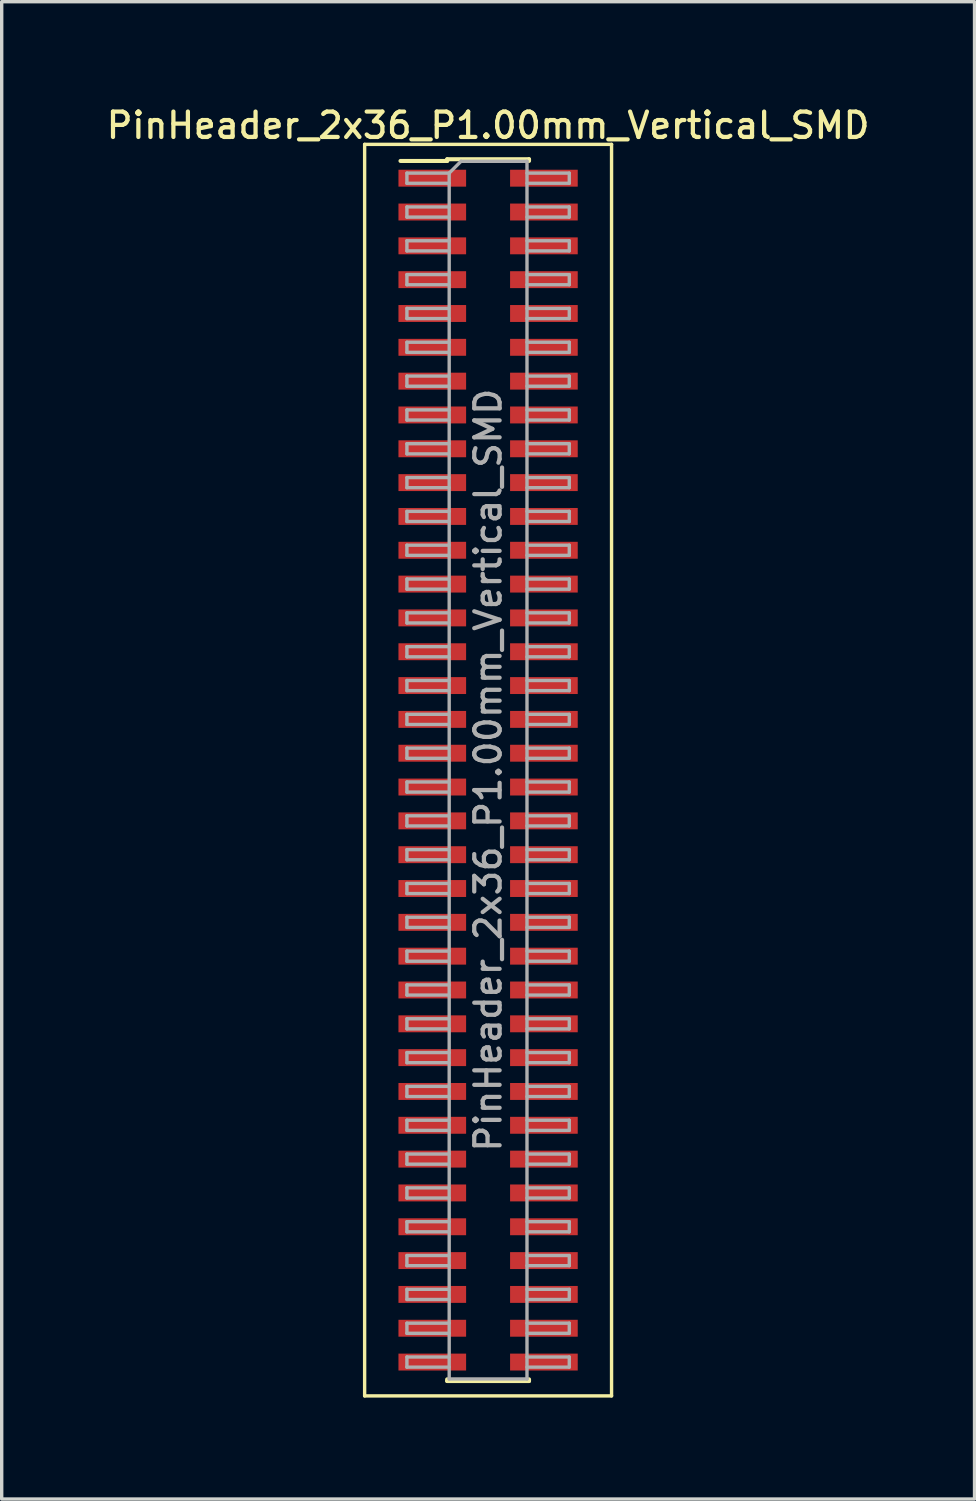
<source format=kicad_pcb>
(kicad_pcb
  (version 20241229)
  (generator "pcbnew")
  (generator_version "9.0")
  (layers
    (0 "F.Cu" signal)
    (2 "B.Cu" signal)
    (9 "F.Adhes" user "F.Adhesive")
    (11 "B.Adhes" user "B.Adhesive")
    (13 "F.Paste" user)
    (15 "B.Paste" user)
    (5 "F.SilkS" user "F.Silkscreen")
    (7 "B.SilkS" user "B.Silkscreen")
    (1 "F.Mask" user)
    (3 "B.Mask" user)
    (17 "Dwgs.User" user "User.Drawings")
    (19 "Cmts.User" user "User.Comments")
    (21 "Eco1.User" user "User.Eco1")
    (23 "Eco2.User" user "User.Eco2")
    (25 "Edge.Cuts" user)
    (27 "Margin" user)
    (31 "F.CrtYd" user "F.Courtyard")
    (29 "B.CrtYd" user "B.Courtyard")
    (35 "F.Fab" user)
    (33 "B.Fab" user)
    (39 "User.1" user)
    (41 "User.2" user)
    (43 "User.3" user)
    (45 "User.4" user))
  (footprint "PinHeader_2x36_P1.00mm_Vertical_SMD"
    (layer "F.Cu")
    (at 11.38 19.718)
    (property "Reference" "PinHeader_2x36_P1.00mm_Vertical_SMD" (at 0 -19.06 0) (layer "F.SilkS") (effects (font (size 0.75 0.75) (thickness 0.125))))
    (attr smd)
    (fp_line (start -3.65 -18.5) (end -3.65 18.5) (stroke (width 0.1) (type solid)) (layer "F.SilkS"))
    (fp_line (start -3.65 18.5) (end 3.65 18.5) (stroke (width 0.1) (type solid)) (layer "F.SilkS"))
    (fp_line (start -2.59 -18.01) (end -1.21 -18.01) (stroke (width 0.12) (type solid)) (layer "F.SilkS"))
    (fp_line (start -1.21 -18.06) (end -1.21 -18.01) (stroke (width 0.12) (type solid)) (layer "F.SilkS"))
    (fp_line (start -1.21 -18.06) (end 1.21 -18.06) (stroke (width 0.12) (type solid)) (layer "F.SilkS"))
    (fp_line (start -1.21 18.01) (end -1.21 18.06) (stroke (width 0.12) (type solid)) (layer "F.SilkS"))
    (fp_line (start -1.21 18.06) (end 1.21 18.06) (stroke (width 0.12) (type solid)) (layer "F.SilkS"))
    (fp_line (start 1.21 -18.06) (end 1.21 -18.01) (stroke (width 0.12) (type solid)) (layer "F.SilkS"))
    (fp_line (start 1.21 18.01) (end 1.21 18.06) (stroke (width 0.12) (type solid)) (layer "F.SilkS"))
    (fp_line (start 3.65 -18.5) (end -3.65 -18.5) (stroke (width 0.1) (type solid)) (layer "F.SilkS"))
    (fp_line (start 3.65 18.5) (end 3.65 -18.5) (stroke (width 0.1) (type solid)) (layer "F.SilkS"))
    (fp_line (start -2.4 -17.65) (end -2.4 -17.35) (stroke (width 0.1) (type solid)) (layer "F.Fab"))
    (fp_line (start -2.4 -17.35) (end -1.15 -17.35) (stroke (width 0.1) (type solid)) (layer "F.Fab"))
    (fp_line (start -2.4 -16.65) (end -2.4 -16.35) (stroke (width 0.1) (type solid)) (layer "F.Fab"))
    (fp_line (start -2.4 -16.35) (end -1.15 -16.35) (stroke (width 0.1) (type solid)) (layer "F.Fab"))
    (fp_line (start -2.4 -15.65) (end -2.4 -15.35) (stroke (width 0.1) (type solid)) (layer "F.Fab"))
    (fp_line (start -2.4 -15.35) (end -1.15 -15.35) (stroke (width 0.1) (type solid)) (layer "F.Fab"))
    (fp_line (start -2.4 -14.65) (end -2.4 -14.35) (stroke (width 0.1) (type solid)) (layer "F.Fab"))
    (fp_line (start -2.4 -14.35) (end -1.15 -14.35) (stroke (width 0.1) (type solid)) (layer "F.Fab"))
    (fp_line (start -2.4 -13.65) (end -2.4 -13.35) (stroke (width 0.1) (type solid)) (layer "F.Fab"))
    (fp_line (start -2.4 -13.35) (end -1.15 -13.35) (stroke (width 0.1) (type solid)) (layer "F.Fab"))
    (fp_line (start -2.4 -12.65) (end -2.4 -12.35) (stroke (width 0.1) (type solid)) (layer "F.Fab"))
    (fp_line (start -2.4 -12.35) (end -1.15 -12.35) (stroke (width 0.1) (type solid)) (layer "F.Fab"))
    (fp_line (start -2.4 -11.65) (end -2.4 -11.35) (stroke (width 0.1) (type solid)) (layer "F.Fab"))
    (fp_line (start -2.4 -11.35) (end -1.15 -11.35) (stroke (width 0.1) (type solid)) (layer "F.Fab"))
    (fp_line (start -2.4 -10.65) (end -2.4 -10.35) (stroke (width 0.1) (type solid)) (layer "F.Fab"))
    (fp_line (start -2.4 -10.35) (end -1.15 -10.35) (stroke (width 0.1) (type solid)) (layer "F.Fab"))
    (fp_line (start -2.4 -9.65) (end -2.4 -9.35) (stroke (width 0.1) (type solid)) (layer "F.Fab"))
    (fp_line (start -2.4 -9.35) (end -1.15 -9.35) (stroke (width 0.1) (type solid)) (layer "F.Fab"))
    (fp_line (start -2.4 -8.65) (end -2.4 -8.35) (stroke (width 0.1) (type solid)) (layer "F.Fab"))
    (fp_line (start -2.4 -8.35) (end -1.15 -8.35) (stroke (width 0.1) (type solid)) (layer "F.Fab"))
    (fp_line (start -2.4 -7.65) (end -2.4 -7.35) (stroke (width 0.1) (type solid)) (layer "F.Fab"))
    (fp_line (start -2.4 -7.35) (end -1.15 -7.35) (stroke (width 0.1) (type solid)) (layer "F.Fab"))
    (fp_line (start -2.4 -6.65) (end -2.4 -6.35) (stroke (width 0.1) (type solid)) (layer "F.Fab"))
    (fp_line (start -2.4 -6.35) (end -1.15 -6.35) (stroke (width 0.1) (type solid)) (layer "F.Fab"))
    (fp_line (start -2.4 -5.65) (end -2.4 -5.35) (stroke (width 0.1) (type solid)) (layer "F.Fab"))
    (fp_line (start -2.4 -5.35) (end -1.15 -5.35) (stroke (width 0.1) (type solid)) (layer "F.Fab"))
    (fp_line (start -2.4 -4.65) (end -2.4 -4.35) (stroke (width 0.1) (type solid)) (layer "F.Fab"))
    (fp_line (start -2.4 -4.35) (end -1.15 -4.35) (stroke (width 0.1) (type solid)) (layer "F.Fab"))
    (fp_line (start -2.4 -3.65) (end -2.4 -3.35) (stroke (width 0.1) (type solid)) (layer "F.Fab"))
    (fp_line (start -2.4 -3.35) (end -1.15 -3.35) (stroke (width 0.1) (type solid)) (layer "F.Fab"))
    (fp_line (start -2.4 -2.65) (end -2.4 -2.35) (stroke (width 0.1) (type solid)) (layer "F.Fab"))
    (fp_line (start -2.4 -2.35) (end -1.15 -2.35) (stroke (width 0.1) (type solid)) (layer "F.Fab"))
    (fp_line (start -2.4 -1.65) (end -2.4 -1.35) (stroke (width 0.1) (type solid)) (layer "F.Fab"))
    (fp_line (start -2.4 -1.35) (end -1.15 -1.35) (stroke (width 0.1) (type solid)) (layer "F.Fab"))
    (fp_line (start -2.4 -0.65) (end -2.4 -0.35) (stroke (width 0.1) (type solid)) (layer "F.Fab"))
    (fp_line (start -2.4 -0.35) (end -1.15 -0.35) (stroke (width 0.1) (type solid)) (layer "F.Fab"))
    (fp_line (start -2.4 0.35) (end -2.4 0.65) (stroke (width 0.1) (type solid)) (layer "F.Fab"))
    (fp_line (start -2.4 0.65) (end -1.15 0.65) (stroke (width 0.1) (type solid)) (layer "F.Fab"))
    (fp_line (start -2.4 1.35) (end -2.4 1.65) (stroke (width 0.1) (type solid)) (layer "F.Fab"))
    (fp_line (start -2.4 1.65) (end -1.15 1.65) (stroke (width 0.1) (type solid)) (layer "F.Fab"))
    (fp_line (start -2.4 2.35) (end -2.4 2.65) (stroke (width 0.1) (type solid)) (layer "F.Fab"))
    (fp_line (start -2.4 2.65) (end -1.15 2.65) (stroke (width 0.1) (type solid)) (layer "F.Fab"))
    (fp_line (start -2.4 3.35) (end -2.4 3.65) (stroke (width 0.1) (type solid)) (layer "F.Fab"))
    (fp_line (start -2.4 3.65) (end -1.15 3.65) (stroke (width 0.1) (type solid)) (layer "F.Fab"))
    (fp_line (start -2.4 4.35) (end -2.4 4.65) (stroke (width 0.1) (type solid)) (layer "F.Fab"))
    (fp_line (start -2.4 4.65) (end -1.15 4.65) (stroke (width 0.1) (type solid)) (layer "F.Fab"))
    (fp_line (start -2.4 5.35) (end -2.4 5.65) (stroke (width 0.1) (type solid)) (layer "F.Fab"))
    (fp_line (start -2.4 5.65) (end -1.15 5.65) (stroke (width 0.1) (type solid)) (layer "F.Fab"))
    (fp_line (start -2.4 6.35) (end -2.4 6.65) (stroke (width 0.1) (type solid)) (layer "F.Fab"))
    (fp_line (start -2.4 6.65) (end -1.15 6.65) (stroke (width 0.1) (type solid)) (layer "F.Fab"))
    (fp_line (start -2.4 7.35) (end -2.4 7.65) (stroke (width 0.1) (type solid)) (layer "F.Fab"))
    (fp_line (start -2.4 7.65) (end -1.15 7.65) (stroke (width 0.1) (type solid)) (layer "F.Fab"))
    (fp_line (start -2.4 8.35) (end -2.4 8.65) (stroke (width 0.1) (type solid)) (layer "F.Fab"))
    (fp_line (start -2.4 8.65) (end -1.15 8.65) (stroke (width 0.1) (type solid)) (layer "F.Fab"))
    (fp_line (start -2.4 9.35) (end -2.4 9.65) (stroke (width 0.1) (type solid)) (layer "F.Fab"))
    (fp_line (start -2.4 9.65) (end -1.15 9.65) (stroke (width 0.1) (type solid)) (layer "F.Fab"))
    (fp_line (start -2.4 10.35) (end -2.4 10.65) (stroke (width 0.1) (type solid)) (layer "F.Fab"))
    (fp_line (start -2.4 10.65) (end -1.15 10.65) (stroke (width 0.1) (type solid)) (layer "F.Fab"))
    (fp_line (start -2.4 11.35) (end -2.4 11.65) (stroke (width 0.1) (type solid)) (layer "F.Fab"))
    (fp_line (start -2.4 11.65) (end -1.15 11.65) (stroke (width 0.1) (type solid)) (layer "F.Fab"))
    (fp_line (start -2.4 12.35) (end -2.4 12.65) (stroke (width 0.1) (type solid)) (layer "F.Fab"))
    (fp_line (start -2.4 12.65) (end -1.15 12.65) (stroke (width 0.1) (type solid)) (layer "F.Fab"))
    (fp_line (start -2.4 13.35) (end -2.4 13.65) (stroke (width 0.1) (type solid)) (layer "F.Fab"))
    (fp_line (start -2.4 13.65) (end -1.15 13.65) (stroke (width 0.1) (type solid)) (layer "F.Fab"))
    (fp_line (start -2.4 14.35) (end -2.4 14.65) (stroke (width 0.1) (type solid)) (layer "F.Fab"))
    (fp_line (start -2.4 14.65) (end -1.15 14.65) (stroke (width 0.1) (type solid)) (layer "F.Fab"))
    (fp_line (start -2.4 15.35) (end -2.4 15.65) (stroke (width 0.1) (type solid)) (layer "F.Fab"))
    (fp_line (start -2.4 15.65) (end -1.15 15.65) (stroke (width 0.1) (type solid)) (layer "F.Fab"))
    (fp_line (start -2.4 16.35) (end -2.4 16.65) (stroke (width 0.1) (type solid)) (layer "F.Fab"))
    (fp_line (start -2.4 16.65) (end -1.15 16.65) (stroke (width 0.1) (type solid)) (layer "F.Fab"))
    (fp_line (start -2.4 17.35) (end -2.4 17.65) (stroke (width 0.1) (type solid)) (layer "F.Fab"))
    (fp_line (start -2.4 17.65) (end -1.15 17.65) (stroke (width 0.1) (type solid)) (layer "F.Fab"))
    (fp_line (start -1.15 -17.65) (end -2.4 -17.65) (stroke (width 0.1) (type solid)) (layer "F.Fab"))
    (fp_line (start -1.15 -17.65) (end -0.8 -18) (stroke (width 0.1) (type solid)) (layer "F.Fab"))
    (fp_line (start -1.15 -16.65) (end -2.4 -16.65) (stroke (width 0.1) (type solid)) (layer "F.Fab"))
    (fp_line (start -1.15 -15.65) (end -2.4 -15.65) (stroke (width 0.1) (type solid)) (layer "F.Fab"))
    (fp_line (start -1.15 -14.65) (end -2.4 -14.65) (stroke (width 0.1) (type solid)) (layer "F.Fab"))
    (fp_line (start -1.15 -13.65) (end -2.4 -13.65) (stroke (width 0.1) (type solid)) (layer "F.Fab"))
    (fp_line (start -1.15 -12.65) (end -2.4 -12.65) (stroke (width 0.1) (type solid)) (layer "F.Fab"))
    (fp_line (start -1.15 -11.65) (end -2.4 -11.65) (stroke (width 0.1) (type solid)) (layer "F.Fab"))
    (fp_line (start -1.15 -10.65) (end -2.4 -10.65) (stroke (width 0.1) (type solid)) (layer "F.Fab"))
    (fp_line (start -1.15 -9.65) (end -2.4 -9.65) (stroke (width 0.1) (type solid)) (layer "F.Fab"))
    (fp_line (start -1.15 -8.65) (end -2.4 -8.65) (stroke (width 0.1) (type solid)) (layer "F.Fab"))
    (fp_line (start -1.15 -7.65) (end -2.4 -7.65) (stroke (width 0.1) (type solid)) (layer "F.Fab"))
    (fp_line (start -1.15 -6.65) (end -2.4 -6.65) (stroke (width 0.1) (type solid)) (layer "F.Fab"))
    (fp_line (start -1.15 -5.65) (end -2.4 -5.65) (stroke (width 0.1) (type solid)) (layer "F.Fab"))
    (fp_line (start -1.15 -4.65) (end -2.4 -4.65) (stroke (width 0.1) (type solid)) (layer "F.Fab"))
    (fp_line (start -1.15 -3.65) (end -2.4 -3.65) (stroke (width 0.1) (type solid)) (layer "F.Fab"))
    (fp_line (start -1.15 -2.65) (end -2.4 -2.65) (stroke (width 0.1) (type solid)) (layer "F.Fab"))
    (fp_line (start -1.15 -1.65) (end -2.4 -1.65) (stroke (width 0.1) (type solid)) (layer "F.Fab"))
    (fp_line (start -1.15 -0.65) (end -2.4 -0.65) (stroke (width 0.1) (type solid)) (layer "F.Fab"))
    (fp_line (start -1.15 0.35) (end -2.4 0.35) (stroke (width 0.1) (type solid)) (layer "F.Fab"))
    (fp_line (start -1.15 1.35) (end -2.4 1.35) (stroke (width 0.1) (type solid)) (layer "F.Fab"))
    (fp_line (start -1.15 2.35) (end -2.4 2.35) (stroke (width 0.1) (type solid)) (layer "F.Fab"))
    (fp_line (start -1.15 3.35) (end -2.4 3.35) (stroke (width 0.1) (type solid)) (layer "F.Fab"))
    (fp_line (start -1.15 4.35) (end -2.4 4.35) (stroke (width 0.1) (type solid)) (layer "F.Fab"))
    (fp_line (start -1.15 5.35) (end -2.4 5.35) (stroke (width 0.1) (type solid)) (layer "F.Fab"))
    (fp_line (start -1.15 6.35) (end -2.4 6.35) (stroke (width 0.1) (type solid)) (layer "F.Fab"))
    (fp_line (start -1.15 7.35) (end -2.4 7.35) (stroke (width 0.1) (type solid)) (layer "F.Fab"))
    (fp_line (start -1.15 8.35) (end -2.4 8.35) (stroke (width 0.1) (type solid)) (layer "F.Fab"))
    (fp_line (start -1.15 9.35) (end -2.4 9.35) (stroke (width 0.1) (type solid)) (layer "F.Fab"))
    (fp_line (start -1.15 10.35) (end -2.4 10.35) (stroke (width 0.1) (type solid)) (layer "F.Fab"))
    (fp_line (start -1.15 11.35) (end -2.4 11.35) (stroke (width 0.1) (type solid)) (layer "F.Fab"))
    (fp_line (start -1.15 12.35) (end -2.4 12.35) (stroke (width 0.1) (type solid)) (layer "F.Fab"))
    (fp_line (start -1.15 13.35) (end -2.4 13.35) (stroke (width 0.1) (type solid)) (layer "F.Fab"))
    (fp_line (start -1.15 14.35) (end -2.4 14.35) (stroke (width 0.1) (type solid)) (layer "F.Fab"))
    (fp_line (start -1.15 15.35) (end -2.4 15.35) (stroke (width 0.1) (type solid)) (layer "F.Fab"))
    (fp_line (start -1.15 16.35) (end -2.4 16.35) (stroke (width 0.1) (type solid)) (layer "F.Fab"))
    (fp_line (start -1.15 17.35) (end -2.4 17.35) (stroke (width 0.1) (type solid)) (layer "F.Fab"))
    (fp_line (start -1.15 18) (end -1.15 -17.65) (stroke (width 0.1) (type solid)) (layer "F.Fab"))
    (fp_line (start -0.8 -18) (end 1.15 -18) (stroke (width 0.1) (type solid)) (layer "F.Fab"))
    (fp_line (start 1.15 -18) (end 1.15 18) (stroke (width 0.1) (type solid)) (layer "F.Fab"))
    (fp_line (start 1.15 -17.65) (end 2.4 -17.65) (stroke (width 0.1) (type solid)) (layer "F.Fab"))
    (fp_line (start 1.15 -16.65) (end 2.4 -16.65) (stroke (width 0.1) (type solid)) (layer "F.Fab"))
    (fp_line (start 1.15 -15.65) (end 2.4 -15.65) (stroke (width 0.1) (type solid)) (layer "F.Fab"))
    (fp_line (start 1.15 -14.65) (end 2.4 -14.65) (stroke (width 0.1) (type solid)) (layer "F.Fab"))
    (fp_line (start 1.15 -13.65) (end 2.4 -13.65) (stroke (width 0.1) (type solid)) (layer "F.Fab"))
    (fp_line (start 1.15 -12.65) (end 2.4 -12.65) (stroke (width 0.1) (type solid)) (layer "F.Fab"))
    (fp_line (start 1.15 -11.65) (end 2.4 -11.65) (stroke (width 0.1) (type solid)) (layer "F.Fab"))
    (fp_line (start 1.15 -10.65) (end 2.4 -10.65) (stroke (width 0.1) (type solid)) (layer "F.Fab"))
    (fp_line (start 1.15 -9.65) (end 2.4 -9.65) (stroke (width 0.1) (type solid)) (layer "F.Fab"))
    (fp_line (start 1.15 -8.65) (end 2.4 -8.65) (stroke (width 0.1) (type solid)) (layer "F.Fab"))
    (fp_line (start 1.15 -7.65) (end 2.4 -7.65) (stroke (width 0.1) (type solid)) (layer "F.Fab"))
    (fp_line (start 1.15 -6.65) (end 2.4 -6.65) (stroke (width 0.1) (type solid)) (layer "F.Fab"))
    (fp_line (start 1.15 -5.65) (end 2.4 -5.65) (stroke (width 0.1) (type solid)) (layer "F.Fab"))
    (fp_line (start 1.15 -4.65) (end 2.4 -4.65) (stroke (width 0.1) (type solid)) (layer "F.Fab"))
    (fp_line (start 1.15 -3.65) (end 2.4 -3.65) (stroke (width 0.1) (type solid)) (layer "F.Fab"))
    (fp_line (start 1.15 -2.65) (end 2.4 -2.65) (stroke (width 0.1) (type solid)) (layer "F.Fab"))
    (fp_line (start 1.15 -1.65) (end 2.4 -1.65) (stroke (width 0.1) (type solid)) (layer "F.Fab"))
    (fp_line (start 1.15 -0.65) (end 2.4 -0.65) (stroke (width 0.1) (type solid)) (layer "F.Fab"))
    (fp_line (start 1.15 0.35) (end 2.4 0.35) (stroke (width 0.1) (type solid)) (layer "F.Fab"))
    (fp_line (start 1.15 1.35) (end 2.4 1.35) (stroke (width 0.1) (type solid)) (layer "F.Fab"))
    (fp_line (start 1.15 2.35) (end 2.4 2.35) (stroke (width 0.1) (type solid)) (layer "F.Fab"))
    (fp_line (start 1.15 3.35) (end 2.4 3.35) (stroke (width 0.1) (type solid)) (layer "F.Fab"))
    (fp_line (start 1.15 4.35) (end 2.4 4.35) (stroke (width 0.1) (type solid)) (layer "F.Fab"))
    (fp_line (start 1.15 5.35) (end 2.4 5.35) (stroke (width 0.1) (type solid)) (layer "F.Fab"))
    (fp_line (start 1.15 6.35) (end 2.4 6.35) (stroke (width 0.1) (type solid)) (layer "F.Fab"))
    (fp_line (start 1.15 7.35) (end 2.4 7.35) (stroke (width 0.1) (type solid)) (layer "F.Fab"))
    (fp_line (start 1.15 8.35) (end 2.4 8.35) (stroke (width 0.1) (type solid)) (layer "F.Fab"))
    (fp_line (start 1.15 9.35) (end 2.4 9.35) (stroke (width 0.1) (type solid)) (layer "F.Fab"))
    (fp_line (start 1.15 10.35) (end 2.4 10.35) (stroke (width 0.1) (type solid)) (layer "F.Fab"))
    (fp_line (start 1.15 11.35) (end 2.4 11.35) (stroke (width 0.1) (type solid)) (layer "F.Fab"))
    (fp_line (start 1.15 12.35) (end 2.4 12.35) (stroke (width 0.1) (type solid)) (layer "F.Fab"))
    (fp_line (start 1.15 13.35) (end 2.4 13.35) (stroke (width 0.1) (type solid)) (layer "F.Fab"))
    (fp_line (start 1.15 14.35) (end 2.4 14.35) (stroke (width 0.1) (type solid)) (layer "F.Fab"))
    (fp_line (start 1.15 15.35) (end 2.4 15.35) (stroke (width 0.1) (type solid)) (layer "F.Fab"))
    (fp_line (start 1.15 16.35) (end 2.4 16.35) (stroke (width 0.1) (type solid)) (layer "F.Fab"))
    (fp_line (start 1.15 17.35) (end 2.4 17.35) (stroke (width 0.1) (type solid)) (layer "F.Fab"))
    (fp_line (start 1.15 18) (end -1.15 18) (stroke (width 0.1) (type solid)) (layer "F.Fab"))
    (fp_line (start 2.4 -17.65) (end 2.4 -17.35) (stroke (width 0.1) (type solid)) (layer "F.Fab"))
    (fp_line (start 2.4 -17.35) (end 1.15 -17.35) (stroke (width 0.1) (type solid)) (layer "F.Fab"))
    (fp_line (start 2.4 -16.65) (end 2.4 -16.35) (stroke (width 0.1) (type solid)) (layer "F.Fab"))
    (fp_line (start 2.4 -16.35) (end 1.15 -16.35) (stroke (width 0.1) (type solid)) (layer "F.Fab"))
    (fp_line (start 2.4 -15.65) (end 2.4 -15.35) (stroke (width 0.1) (type solid)) (layer "F.Fab"))
    (fp_line (start 2.4 -15.35) (end 1.15 -15.35) (stroke (width 0.1) (type solid)) (layer "F.Fab"))
    (fp_line (start 2.4 -14.65) (end 2.4 -14.35) (stroke (width 0.1) (type solid)) (layer "F.Fab"))
    (fp_line (start 2.4 -14.35) (end 1.15 -14.35) (stroke (width 0.1) (type solid)) (layer "F.Fab"))
    (fp_line (start 2.4 -13.65) (end 2.4 -13.35) (stroke (width 0.1) (type solid)) (layer "F.Fab"))
    (fp_line (start 2.4 -13.35) (end 1.15 -13.35) (stroke (width 0.1) (type solid)) (layer "F.Fab"))
    (fp_line (start 2.4 -12.65) (end 2.4 -12.35) (stroke (width 0.1) (type solid)) (layer "F.Fab"))
    (fp_line (start 2.4 -12.35) (end 1.15 -12.35) (stroke (width 0.1) (type solid)) (layer "F.Fab"))
    (fp_line (start 2.4 -11.65) (end 2.4 -11.35) (stroke (width 0.1) (type solid)) (layer "F.Fab"))
    (fp_line (start 2.4 -11.35) (end 1.15 -11.35) (stroke (width 0.1) (type solid)) (layer "F.Fab"))
    (fp_line (start 2.4 -10.65) (end 2.4 -10.35) (stroke (width 0.1) (type solid)) (layer "F.Fab"))
    (fp_line (start 2.4 -10.35) (end 1.15 -10.35) (stroke (width 0.1) (type solid)) (layer "F.Fab"))
    (fp_line (start 2.4 -9.65) (end 2.4 -9.35) (stroke (width 0.1) (type solid)) (layer "F.Fab"))
    (fp_line (start 2.4 -9.35) (end 1.15 -9.35) (stroke (width 0.1) (type solid)) (layer "F.Fab"))
    (fp_line (start 2.4 -8.65) (end 2.4 -8.35) (stroke (width 0.1) (type solid)) (layer "F.Fab"))
    (fp_line (start 2.4 -8.35) (end 1.15 -8.35) (stroke (width 0.1) (type solid)) (layer "F.Fab"))
    (fp_line (start 2.4 -7.65) (end 2.4 -7.35) (stroke (width 0.1) (type solid)) (layer "F.Fab"))
    (fp_line (start 2.4 -7.35) (end 1.15 -7.35) (stroke (width 0.1) (type solid)) (layer "F.Fab"))
    (fp_line (start 2.4 -6.65) (end 2.4 -6.35) (stroke (width 0.1) (type solid)) (layer "F.Fab"))
    (fp_line (start 2.4 -6.35) (end 1.15 -6.35) (stroke (width 0.1) (type solid)) (layer "F.Fab"))
    (fp_line (start 2.4 -5.65) (end 2.4 -5.35) (stroke (width 0.1) (type solid)) (layer "F.Fab"))
    (fp_line (start 2.4 -5.35) (end 1.15 -5.35) (stroke (width 0.1) (type solid)) (layer "F.Fab"))
    (fp_line (start 2.4 -4.65) (end 2.4 -4.35) (stroke (width 0.1) (type solid)) (layer "F.Fab"))
    (fp_line (start 2.4 -4.35) (end 1.15 -4.35) (stroke (width 0.1) (type solid)) (layer "F.Fab"))
    (fp_line (start 2.4 -3.65) (end 2.4 -3.35) (stroke (width 0.1) (type solid)) (layer "F.Fab"))
    (fp_line (start 2.4 -3.35) (end 1.15 -3.35) (stroke (width 0.1) (type solid)) (layer "F.Fab"))
    (fp_line (start 2.4 -2.65) (end 2.4 -2.35) (stroke (width 0.1) (type solid)) (layer "F.Fab"))
    (fp_line (start 2.4 -2.35) (end 1.15 -2.35) (stroke (width 0.1) (type solid)) (layer "F.Fab"))
    (fp_line (start 2.4 -1.65) (end 2.4 -1.35) (stroke (width 0.1) (type solid)) (layer "F.Fab"))
    (fp_line (start 2.4 -1.35) (end 1.15 -1.35) (stroke (width 0.1) (type solid)) (layer "F.Fab"))
    (fp_line (start 2.4 -0.65) (end 2.4 -0.35) (stroke (width 0.1) (type solid)) (layer "F.Fab"))
    (fp_line (start 2.4 -0.35) (end 1.15 -0.35) (stroke (width 0.1) (type solid)) (layer "F.Fab"))
    (fp_line (start 2.4 0.35) (end 2.4 0.65) (stroke (width 0.1) (type solid)) (layer "F.Fab"))
    (fp_line (start 2.4 0.65) (end 1.15 0.65) (stroke (width 0.1) (type solid)) (layer "F.Fab"))
    (fp_line (start 2.4 1.35) (end 2.4 1.65) (stroke (width 0.1) (type solid)) (layer "F.Fab"))
    (fp_line (start 2.4 1.65) (end 1.15 1.65) (stroke (width 0.1) (type solid)) (layer "F.Fab"))
    (fp_line (start 2.4 2.35) (end 2.4 2.65) (stroke (width 0.1) (type solid)) (layer "F.Fab"))
    (fp_line (start 2.4 2.65) (end 1.15 2.65) (stroke (width 0.1) (type solid)) (layer "F.Fab"))
    (fp_line (start 2.4 3.35) (end 2.4 3.65) (stroke (width 0.1) (type solid)) (layer "F.Fab"))
    (fp_line (start 2.4 3.65) (end 1.15 3.65) (stroke (width 0.1) (type solid)) (layer "F.Fab"))
    (fp_line (start 2.4 4.35) (end 2.4 4.65) (stroke (width 0.1) (type solid)) (layer "F.Fab"))
    (fp_line (start 2.4 4.65) (end 1.15 4.65) (stroke (width 0.1) (type solid)) (layer "F.Fab"))
    (fp_line (start 2.4 5.35) (end 2.4 5.65) (stroke (width 0.1) (type solid)) (layer "F.Fab"))
    (fp_line (start 2.4 5.65) (end 1.15 5.65) (stroke (width 0.1) (type solid)) (layer "F.Fab"))
    (fp_line (start 2.4 6.35) (end 2.4 6.65) (stroke (width 0.1) (type solid)) (layer "F.Fab"))
    (fp_line (start 2.4 6.65) (end 1.15 6.65) (stroke (width 0.1) (type solid)) (layer "F.Fab"))
    (fp_line (start 2.4 7.35) (end 2.4 7.65) (stroke (width 0.1) (type solid)) (layer "F.Fab"))
    (fp_line (start 2.4 7.65) (end 1.15 7.65) (stroke (width 0.1) (type solid)) (layer "F.Fab"))
    (fp_line (start 2.4 8.35) (end 2.4 8.65) (stroke (width 0.1) (type solid)) (layer "F.Fab"))
    (fp_line (start 2.4 8.65) (end 1.15 8.65) (stroke (width 0.1) (type solid)) (layer "F.Fab"))
    (fp_line (start 2.4 9.35) (end 2.4 9.65) (stroke (width 0.1) (type solid)) (layer "F.Fab"))
    (fp_line (start 2.4 9.65) (end 1.15 9.65) (stroke (width 0.1) (type solid)) (layer "F.Fab"))
    (fp_line (start 2.4 10.35) (end 2.4 10.65) (stroke (width 0.1) (type solid)) (layer "F.Fab"))
    (fp_line (start 2.4 10.65) (end 1.15 10.65) (stroke (width 0.1) (type solid)) (layer "F.Fab"))
    (fp_line (start 2.4 11.35) (end 2.4 11.65) (stroke (width 0.1) (type solid)) (layer "F.Fab"))
    (fp_line (start 2.4 11.65) (end 1.15 11.65) (stroke (width 0.1) (type solid)) (layer "F.Fab"))
    (fp_line (start 2.4 12.35) (end 2.4 12.65) (stroke (width 0.1) (type solid)) (layer "F.Fab"))
    (fp_line (start 2.4 12.65) (end 1.15 12.65) (stroke (width 0.1) (type solid)) (layer "F.Fab"))
    (fp_line (start 2.4 13.35) (end 2.4 13.65) (stroke (width 0.1) (type solid)) (layer "F.Fab"))
    (fp_line (start 2.4 13.65) (end 1.15 13.65) (stroke (width 0.1) (type solid)) (layer "F.Fab"))
    (fp_line (start 2.4 14.35) (end 2.4 14.65) (stroke (width 0.1) (type solid)) (layer "F.Fab"))
    (fp_line (start 2.4 14.65) (end 1.15 14.65) (stroke (width 0.1) (type solid)) (layer "F.Fab"))
    (fp_line (start 2.4 15.35) (end 2.4 15.65) (stroke (width 0.1) (type solid)) (layer "F.Fab"))
    (fp_line (start 2.4 15.65) (end 1.15 15.65) (stroke (width 0.1) (type solid)) (layer "F.Fab"))
    (fp_line (start 2.4 16.35) (end 2.4 16.65) (stroke (width 0.1) (type solid)) (layer "F.Fab"))
    (fp_line (start 2.4 16.65) (end 1.15 16.65) (stroke (width 0.1) (type solid)) (layer "F.Fab"))
    (fp_line (start 2.4 17.35) (end 2.4 17.65) (stroke (width 0.1) (type solid)) (layer "F.Fab"))
    (fp_line (start 2.4 17.65) (end 1.15 17.65) (stroke (width 0.1) (type solid)) (layer "F.Fab"))
    (fp_text user "${REFERENCE}" (at 0 0 90) (layer "F.Fab") (effects (font (size 0.75 0.75) (thickness 0.125))))
    (pad "1" smd rect (at -1.65 -17.5) (size 2 0.5) (layers "F.Cu" "F.Mask" "F.Paste"))
    (pad "2" smd rect (at 1.65 -17.5) (size 2 0.5) (layers "F.Cu" "F.Mask" "F.Paste"))
    (pad "3" smd rect (at -1.65 -16.5) (size 2 0.5) (layers "F.Cu" "F.Mask" "F.Paste"))
    (pad "4" smd rect (at 1.65 -16.5) (size 2 0.5) (layers "F.Cu" "F.Mask" "F.Paste"))
    (pad "5" smd rect (at -1.65 -15.5) (size 2 0.5) (layers "F.Cu" "F.Mask" "F.Paste"))
    (pad "6" smd rect (at 1.65 -15.5) (size 2 0.5) (layers "F.Cu" "F.Mask" "F.Paste"))
    (pad "7" smd rect (at -1.65 -14.5) (size 2 0.5) (layers "F.Cu" "F.Mask" "F.Paste"))
    (pad "8" smd rect (at 1.65 -14.5) (size 2 0.5) (layers "F.Cu" "F.Mask" "F.Paste"))
    (pad "9" smd rect (at -1.65 -13.5) (size 2 0.5) (layers "F.Cu" "F.Mask" "F.Paste"))
    (pad "10" smd rect (at 1.65 -13.5) (size 2 0.5) (layers "F.Cu" "F.Mask" "F.Paste"))
    (pad "11" smd rect (at -1.65 -12.5) (size 2 0.5) (layers "F.Cu" "F.Mask" "F.Paste"))
    (pad "12" smd rect (at 1.65 -12.5) (size 2 0.5) (layers "F.Cu" "F.Mask" "F.Paste"))
    (pad "13" smd rect (at -1.65 -11.5) (size 2 0.5) (layers "F.Cu" "F.Mask" "F.Paste"))
    (pad "14" smd rect (at 1.65 -11.5) (size 2 0.5) (layers "F.Cu" "F.Mask" "F.Paste"))
    (pad "15" smd rect (at -1.65 -10.5) (size 2 0.5) (layers "F.Cu" "F.Mask" "F.Paste"))
    (pad "16" smd rect (at 1.65 -10.5) (size 2 0.5) (layers "F.Cu" "F.Mask" "F.Paste"))
    (pad "17" smd rect (at -1.65 -9.5) (size 2 0.5) (layers "F.Cu" "F.Mask" "F.Paste"))
    (pad "18" smd rect (at 1.65 -9.5) (size 2 0.5) (layers "F.Cu" "F.Mask" "F.Paste"))
    (pad "19" smd rect (at -1.65 -8.5) (size 2 0.5) (layers "F.Cu" "F.Mask" "F.Paste"))
    (pad "20" smd rect (at 1.65 -8.5) (size 2 0.5) (layers "F.Cu" "F.Mask" "F.Paste"))
    (pad "21" smd rect (at -1.65 -7.5) (size 2 0.5) (layers "F.Cu" "F.Mask" "F.Paste"))
    (pad "22" smd rect (at 1.65 -7.5) (size 2 0.5) (layers "F.Cu" "F.Mask" "F.Paste"))
    (pad "23" smd rect (at -1.65 -6.5) (size 2 0.5) (layers "F.Cu" "F.Mask" "F.Paste"))
    (pad "24" smd rect (at 1.65 -6.5) (size 2 0.5) (layers "F.Cu" "F.Mask" "F.Paste"))
    (pad "25" smd rect (at -1.65 -5.5) (size 2 0.5) (layers "F.Cu" "F.Mask" "F.Paste"))
    (pad "26" smd rect (at 1.65 -5.5) (size 2 0.5) (layers "F.Cu" "F.Mask" "F.Paste"))
    (pad "27" smd rect (at -1.65 -4.5) (size 2 0.5) (layers "F.Cu" "F.Mask" "F.Paste"))
    (pad "28" smd rect (at 1.65 -4.5) (size 2 0.5) (layers "F.Cu" "F.Mask" "F.Paste"))
    (pad "29" smd rect (at -1.65 -3.5) (size 2 0.5) (layers "F.Cu" "F.Mask" "F.Paste"))
    (pad "30" smd rect (at 1.65 -3.5) (size 2 0.5) (layers "F.Cu" "F.Mask" "F.Paste"))
    (pad "31" smd rect (at -1.65 -2.5) (size 2 0.5) (layers "F.Cu" "F.Mask" "F.Paste"))
    (pad "32" smd rect (at 1.65 -2.5) (size 2 0.5) (layers "F.Cu" "F.Mask" "F.Paste"))
    (pad "33" smd rect (at -1.65 -1.5) (size 2 0.5) (layers "F.Cu" "F.Mask" "F.Paste"))
    (pad "34" smd rect (at 1.65 -1.5) (size 2 0.5) (layers "F.Cu" "F.Mask" "F.Paste"))
    (pad "35" smd rect (at -1.65 -0.5) (size 2 0.5) (layers "F.Cu" "F.Mask" "F.Paste"))
    (pad "36" smd rect (at 1.65 -0.5) (size 2 0.5) (layers "F.Cu" "F.Mask" "F.Paste"))
    (pad "37" smd rect (at -1.65 0.5) (size 2 0.5) (layers "F.Cu" "F.Mask" "F.Paste"))
    (pad "38" smd rect (at 1.65 0.5) (size 2 0.5) (layers "F.Cu" "F.Mask" "F.Paste"))
    (pad "39" smd rect (at -1.65 1.5) (size 2 0.5) (layers "F.Cu" "F.Mask" "F.Paste"))
    (pad "40" smd rect (at 1.65 1.5) (size 2 0.5) (layers "F.Cu" "F.Mask" "F.Paste"))
    (pad "41" smd rect (at -1.65 2.5) (size 2 0.5) (layers "F.Cu" "F.Mask" "F.Paste"))
    (pad "42" smd rect (at 1.65 2.5) (size 2 0.5) (layers "F.Cu" "F.Mask" "F.Paste"))
    (pad "43" smd rect (at -1.65 3.5) (size 2 0.5) (layers "F.Cu" "F.Mask" "F.Paste"))
    (pad "44" smd rect (at 1.65 3.5) (size 2 0.5) (layers "F.Cu" "F.Mask" "F.Paste"))
    (pad "45" smd rect (at -1.65 4.5) (size 2 0.5) (layers "F.Cu" "F.Mask" "F.Paste"))
    (pad "46" smd rect (at 1.65 4.5) (size 2 0.5) (layers "F.Cu" "F.Mask" "F.Paste"))
    (pad "47" smd rect (at -1.65 5.5) (size 2 0.5) (layers "F.Cu" "F.Mask" "F.Paste"))
    (pad "48" smd rect (at 1.65 5.5) (size 2 0.5) (layers "F.Cu" "F.Mask" "F.Paste"))
    (pad "49" smd rect (at -1.65 6.5) (size 2 0.5) (layers "F.Cu" "F.Mask" "F.Paste"))
    (pad "50" smd rect (at 1.65 6.5) (size 2 0.5) (layers "F.Cu" "F.Mask" "F.Paste"))
    (pad "51" smd rect (at -1.65 7.5) (size 2 0.5) (layers "F.Cu" "F.Mask" "F.Paste"))
    (pad "52" smd rect (at 1.65 7.5) (size 2 0.5) (layers "F.Cu" "F.Mask" "F.Paste"))
    (pad "53" smd rect (at -1.65 8.5) (size 2 0.5) (layers "F.Cu" "F.Mask" "F.Paste"))
    (pad "54" smd rect (at 1.65 8.5) (size 2 0.5) (layers "F.Cu" "F.Mask" "F.Paste"))
    (pad "55" smd rect (at -1.65 9.5) (size 2 0.5) (layers "F.Cu" "F.Mask" "F.Paste"))
    (pad "56" smd rect (at 1.65 9.5) (size 2 0.5) (layers "F.Cu" "F.Mask" "F.Paste"))
    (pad "57" smd rect (at -1.65 10.5) (size 2 0.5) (layers "F.Cu" "F.Mask" "F.Paste"))
    (pad "58" smd rect (at 1.65 10.5) (size 2 0.5) (layers "F.Cu" "F.Mask" "F.Paste"))
    (pad "59" smd rect (at -1.65 11.5) (size 2 0.5) (layers "F.Cu" "F.Mask" "F.Paste"))
    (pad "60" smd rect (at 1.65 11.5) (size 2 0.5) (layers "F.Cu" "F.Mask" "F.Paste"))
    (pad "61" smd rect (at -1.65 12.5) (size 2 0.5) (layers "F.Cu" "F.Mask" "F.Paste"))
    (pad "62" smd rect (at 1.65 12.5) (size 2 0.5) (layers "F.Cu" "F.Mask" "F.Paste"))
    (pad "63" smd rect (at -1.65 13.5) (size 2 0.5) (layers "F.Cu" "F.Mask" "F.Paste"))
    (pad "64" smd rect (at 1.65 13.5) (size 2 0.5) (layers "F.Cu" "F.Mask" "F.Paste"))
    (pad "65" smd rect (at -1.65 14.5) (size 2 0.5) (layers "F.Cu" "F.Mask" "F.Paste"))
    (pad "66" smd rect (at 1.65 14.5) (size 2 0.5) (layers "F.Cu" "F.Mask" "F.Paste"))
    (pad "67" smd rect (at -1.65 15.5) (size 2 0.5) (layers "F.Cu" "F.Mask" "F.Paste"))
    (pad "68" smd rect (at 1.65 15.5) (size 2 0.5) (layers "F.Cu" "F.Mask" "F.Paste"))
    (pad "69" smd rect (at -1.65 16.5) (size 2 0.5) (layers "F.Cu" "F.Mask" "F.Paste"))
    (pad "70" smd rect (at 1.65 16.5) (size 2 0.5) (layers "F.Cu" "F.Mask" "F.Paste"))
    (pad "71" smd rect (at -1.65 17.5) (size 2 0.5) (layers "F.Cu" "F.Mask" "F.Paste"))
    (pad "72" smd rect (at 1.65 17.5) (size 2 0.5) (layers "F.Cu" "F.Mask" "F.Paste")))
  (gr_rect
    (start -3 -3)
    (end 25.761 41.268)
    (stroke (width 0.1) (type default))
    (fill no)
    (layer "Edge.Cuts")))
</source>
